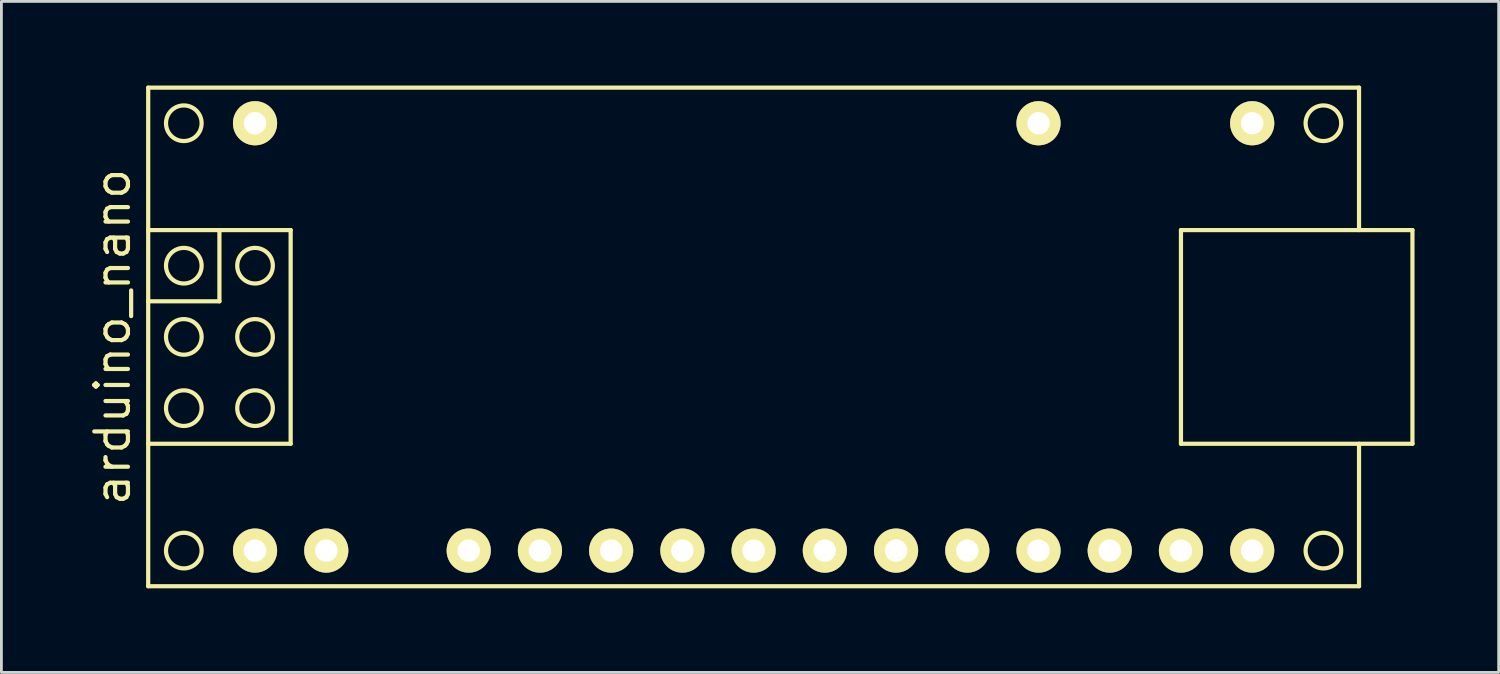
<source format=kicad_pcb>
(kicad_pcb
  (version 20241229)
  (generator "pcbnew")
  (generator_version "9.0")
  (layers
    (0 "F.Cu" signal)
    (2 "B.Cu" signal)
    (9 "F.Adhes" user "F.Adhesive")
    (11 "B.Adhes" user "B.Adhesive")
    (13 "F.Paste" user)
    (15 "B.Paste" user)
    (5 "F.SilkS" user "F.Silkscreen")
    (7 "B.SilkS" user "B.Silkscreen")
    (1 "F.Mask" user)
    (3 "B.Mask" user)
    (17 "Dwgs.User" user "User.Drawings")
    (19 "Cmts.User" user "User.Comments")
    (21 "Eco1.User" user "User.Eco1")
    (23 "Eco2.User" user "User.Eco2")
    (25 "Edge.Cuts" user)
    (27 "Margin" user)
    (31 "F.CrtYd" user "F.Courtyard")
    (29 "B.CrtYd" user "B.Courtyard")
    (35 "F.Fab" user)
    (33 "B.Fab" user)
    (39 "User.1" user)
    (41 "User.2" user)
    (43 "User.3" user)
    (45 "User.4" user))
  (footprint "arduino_nano"
    (layer "F.Cu")
    (at 23.825 8.965)
    (property "Reference" "arduino_nano" (at -22.86 0 90) (layer "F.SilkS") (effects (font (size 1.2 1.2) (thickness 0.15))))
    (attr through_hole)
    (fp_line (start -21.59 -8.89) (end -21.59 8.89) (stroke (width 0.15) (type solid)) (layer "F.SilkS"))
    (fp_line (start -21.59 3.81) (end -16.51 3.81) (stroke (width 0.15) (type solid)) (layer "F.SilkS"))
    (fp_line (start -21.59 8.89) (end 21.59 8.89) (stroke (width 0.15) (type solid)) (layer "F.SilkS"))
    (fp_line (start -19.05 -3.81) (end -19.05 -1.27) (stroke (width 0.15) (type solid)) (layer "F.SilkS"))
    (fp_line (start -19.05 -1.27) (end -21.59 -1.27) (stroke (width 0.15) (type solid)) (layer "F.SilkS"))
    (fp_line (start -16.51 -3.81) (end -21.59 -3.81) (stroke (width 0.15) (type solid)) (layer "F.SilkS"))
    (fp_line (start -16.51 3.81) (end -16.51 -3.81) (stroke (width 0.15) (type solid)) (layer "F.SilkS"))
    (fp_line (start 15.24 -3.81) (end 23.495 -3.81) (stroke (width 0.15) (type solid)) (layer "F.SilkS"))
    (fp_line (start 15.24 3.81) (end 15.24 -3.81) (stroke (width 0.15) (type solid)) (layer "F.SilkS"))
    (fp_line (start 21.59 -8.89) (end -21.59 -8.89) (stroke (width 0.15) (type solid)) (layer "F.SilkS"))
    (fp_line (start 21.59 -8.89) (end 21.59 -3.81) (stroke (width 0.15) (type solid)) (layer "F.SilkS"))
    (fp_line (start 21.59 3.81) (end 21.59 8.89) (stroke (width 0.15) (type solid)) (layer "F.SilkS"))
    (fp_line (start 23.495 -3.81) (end 23.495 3.81) (stroke (width 0.15) (type solid)) (layer "F.SilkS"))
    (fp_line (start 23.495 3.81) (end 15.24 3.81) (stroke (width 0.15) (type solid)) (layer "F.SilkS"))
    (fp_circle (center -20.32 -7.62) (end -19.685 -7.62) (stroke (width 0.15) (type solid)) (fill no) (layer "F.SilkS"))
    (fp_circle (center -20.32 -2.54) (end -20.32 -1.905) (stroke (width 0.15) (type solid)) (fill no) (layer "F.SilkS"))
    (fp_circle (center -20.32 0) (end -19.685 0) (stroke (width 0.15) (type solid)) (fill no) (layer "F.SilkS"))
    (fp_circle (center -20.32 2.54) (end -19.685 2.54) (stroke (width 0.15) (type solid)) (fill no) (layer "F.SilkS"))
    (fp_circle (center -20.32 7.62) (end -19.685 7.62) (stroke (width 0.15) (type solid)) (fill no) (layer "F.SilkS"))
    (fp_circle (center -17.78 -2.54) (end -17.145 -2.54) (stroke (width 0.15) (type solid)) (fill no) (layer "F.SilkS"))
    (fp_circle (center -17.78 0) (end -17.145 0) (stroke (width 0.15) (type solid)) (fill no) (layer "F.SilkS"))
    (fp_circle (center -17.78 2.54) (end -17.145 2.54) (stroke (width 0.15) (type solid)) (fill no) (layer "F.SilkS"))
    (fp_circle (center 20.32 -7.62) (end 20.955 -7.62) (stroke (width 0.15) (type solid)) (fill no) (layer "F.SilkS"))
    (fp_circle (center 20.32 7.62) (end 20.955 7.62) (stroke (width 0.15) (type solid)) (fill no) (layer "F.SilkS"))
    (pad "1" thru_hole circle (at -17.78 7.62) (size 1.575 1.575) (drill 0.8) (layers "*.Cu" "*.Mask" "F.SilkS"))
    (pad "2" thru_hole circle (at -15.24 7.62) (size 1.575 1.575) (drill 0.8) (layers "*.Cu" "*.Mask" "F.SilkS"))
    (pad "4" thru_hole circle (at -10.16 7.62) (size 1.575 1.575) (drill 0.8) (layers "*.Cu" "*.Mask" "F.SilkS"))
    (pad "5" thru_hole circle (at -7.62 7.62) (size 1.575 1.575) (drill 0.8) (layers "*.Cu" "*.Mask" "F.SilkS"))
    (pad "6" thru_hole circle (at -5.08 7.62) (size 1.575 1.575) (drill 0.8) (layers "*.Cu" "*.Mask" "F.SilkS"))
    (pad "7" thru_hole circle (at -2.54 7.62) (size 1.575 1.575) (drill 0.8) (layers "*.Cu" "*.Mask" "F.SilkS"))
    (pad "8" thru_hole circle (at 0 7.62) (size 1.575 1.575) (drill 0.8) (layers "*.Cu" "*.Mask" "F.SilkS"))
    (pad "9" thru_hole circle (at 2.54 7.62) (size 1.575 1.575) (drill 0.8) (layers "*.Cu" "*.Mask" "F.SilkS"))
    (pad "10" thru_hole circle (at 5.08 7.62) (size 1.575 1.575) (drill 0.8) (layers "*.Cu" "*.Mask" "F.SilkS"))
    (pad "11" thru_hole circle (at 7.62 7.62) (size 1.575 1.575) (drill 0.8) (layers "*.Cu" "*.Mask" "F.SilkS"))
    (pad "12" thru_hole circle (at 10.16 7.62) (size 1.575 1.575) (drill 0.8) (layers "*.Cu" "*.Mask" "F.SilkS"))
    (pad "13" thru_hole circle (at 12.7 7.62) (size 1.575 1.575) (drill 0.8) (layers "*.Cu" "*.Mask" "F.SilkS"))
    (pad "14" thru_hole circle (at 15.24 7.62) (size 1.575 1.575) (drill 0.8) (layers "*.Cu" "*.Mask" "F.SilkS"))
    (pad "15" thru_hole circle (at 17.78 7.62) (size 1.575 1.575) (drill 0.8) (layers "*.Cu" "*.Mask" "F.SilkS"))
    (pad "16" thru_hole circle (at 17.78 -7.62) (size 1.575 1.575) (drill 0.8) (layers "*.Cu" "*.Mask" "F.SilkS"))
    (pad "19" thru_hole circle (at 10.16 -7.62) (size 1.575 1.575) (drill 0.8) (layers "*.Cu" "*.Mask" "F.SilkS"))
    (pad "30" thru_hole circle (at -17.78 -7.62) (size 1.575 1.575) (drill 0.8) (layers "*.Cu" "*.Mask" "F.SilkS")))
  (gr_rect
    (start -3 -3)
    (end 50.395 20.93)
    (stroke (width 0.1) (type default))
    (fill no)
    (layer "Edge.Cuts")))
</source>
